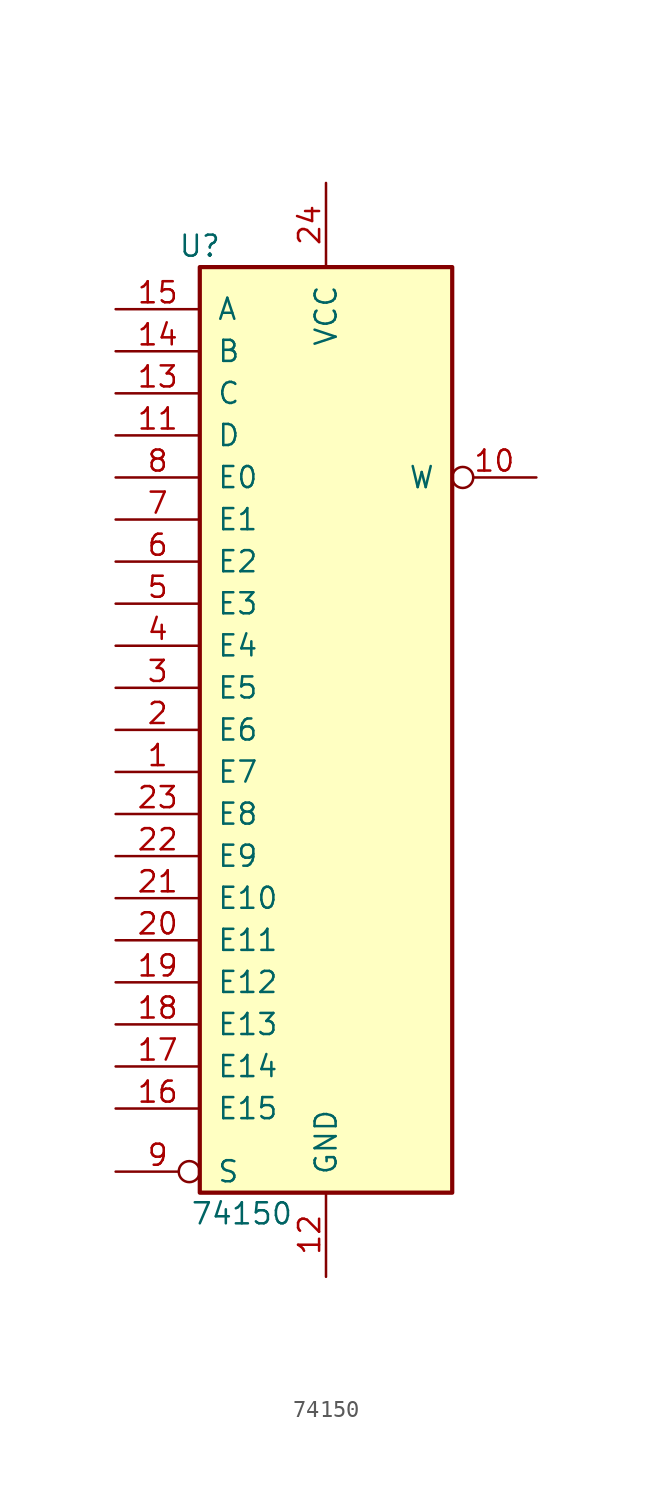
<source format=kicad_sym>
(kicad_symbol_lib
  (version 20220914)
  (generator kicad_symbol_editor)
  (symbol "74150"
    (pin_names
      (offset 1.016))
    (property "Reference" "U"
      (at -7.62 21.59 0)
      (effects (font (size 1.27 1.27))))
    (property "Value" "74150"
      (at -5.08 -36.83 0)
      (effects (font (size 1.27 1.27))))
    (symbol "74150_1_0"
      (pin input line (at -12.7 -10.16 0) (length 5.08) (name "E7" (effects (font (size 1.27 1.27)))) (number "1" (effects (font (size 1.27 1.27)))))
      (pin output inverted (at 12.7 7.62 180) (length 5.08) (name "W" (effects (font (size 1.27 1.27)))) (number "10" (effects (font (size 1.27 1.27)))))
      (pin input line (at -12.7 10.16 0) (length 5.08) (name "D" (effects (font (size 1.27 1.27)))) (number "11" (effects (font (size 1.27 1.27)))))
      (pin power_in line (at 0 -40.64 90) (length 5.08) (name "GND" (effects (font (size 1.27 1.27)))) (number "12" (effects (font (size 1.27 1.27)))))
      (pin input line (at -12.7 12.7 0) (length 5.08) (name "C" (effects (font (size 1.27 1.27)))) (number "13" (effects (font (size 1.27 1.27)))))
      (pin input line (at -12.7 15.24 0) (length 5.08) (name "B" (effects (font (size 1.27 1.27)))) (number "14" (effects (font (size 1.27 1.27)))))
      (pin input line (at -12.7 17.78 0) (length 5.08) (name "A" (effects (font (size 1.27 1.27)))) (number "15" (effects (font (size 1.27 1.27)))))
      (pin input line (at -12.7 -30.48 0) (length 5.08) (name "E15" (effects (font (size 1.27 1.27)))) (number "16" (effects (font (size 1.27 1.27)))))
      (pin input line (at -12.7 -27.94 0) (length 5.08) (name "E14" (effects (font (size 1.27 1.27)))) (number "17" (effects (font (size 1.27 1.27)))))
      (pin input line (at -12.7 -25.4 0) (length 5.08) (name "E13" (effects (font (size 1.27 1.27)))) (number "18" (effects (font (size 1.27 1.27)))))
      (pin input line (at -12.7 -22.86 0) (length 5.08) (name "E12" (effects (font (size 1.27 1.27)))) (number "19" (effects (font (size 1.27 1.27)))))
      (pin input line (at -12.7 -7.62 0) (length 5.08) (name "E6" (effects (font (size 1.27 1.27)))) (number "2" (effects (font (size 1.27 1.27)))))
      (pin input line (at -12.7 -20.32 0) (length 5.08) (name "E11" (effects (font (size 1.27 1.27)))) (number "20" (effects (font (size 1.27 1.27)))))
      (pin input line (at -12.7 -17.78 0) (length 5.08) (name "E10" (effects (font (size 1.27 1.27)))) (number "21" (effects (font (size 1.27 1.27)))))
      (pin input line (at -12.7 -15.24 0) (length 5.08) (name "E9" (effects (font (size 1.27 1.27)))) (number "22" (effects (font (size 1.27 1.27)))))
      (pin input line (at -12.7 -12.7 0) (length 5.08) (name "E8" (effects (font (size 1.27 1.27)))) (number "23" (effects (font (size 1.27 1.27)))))
      (pin power_in line (at 0 25.4 270) (length 5.08) (name "VCC" (effects (font (size 1.27 1.27)))) (number "24" (effects (font (size 1.27 1.27)))))
      (pin input line (at -12.7 -5.08 0) (length 5.08) (name "E5" (effects (font (size 1.27 1.27)))) (number "3" (effects (font (size 1.27 1.27)))))
      (pin input line (at -12.7 -2.54 0) (length 5.08) (name "E4" (effects (font (size 1.27 1.27)))) (number "4" (effects (font (size 1.27 1.27)))))
      (pin input line (at -12.7 0 0) (length 5.08) (name "E3" (effects (font (size 1.27 1.27)))) (number "5" (effects (font (size 1.27 1.27)))))
      (pin input line (at -12.7 2.54 0) (length 5.08) (name "E2" (effects (font (size 1.27 1.27)))) (number "6" (effects (font (size 1.27 1.27)))))
      (pin input line (at -12.7 5.08 0) (length 5.08) (name "E1" (effects (font (size 1.27 1.27)))) (number "7" (effects (font (size 1.27 1.27)))))
      (pin input line (at -12.7 7.62 0) (length 5.08) (name "E0" (effects (font (size 1.27 1.27)))) (number "8" (effects (font (size 1.27 1.27)))))
      (pin input inverted (at -12.7 -34.29 0) (length 5.08) (name "S" (effects (font (size 1.27 1.27)))) (number "9" (effects (font (size 1.27 1.27))))))
    (symbol "74150_1_1"
      (rectangle (start -7.62 20.32) (end 7.62 -35.56) (stroke (width 0.254) (type default)) (fill (type background))))))
</source>
